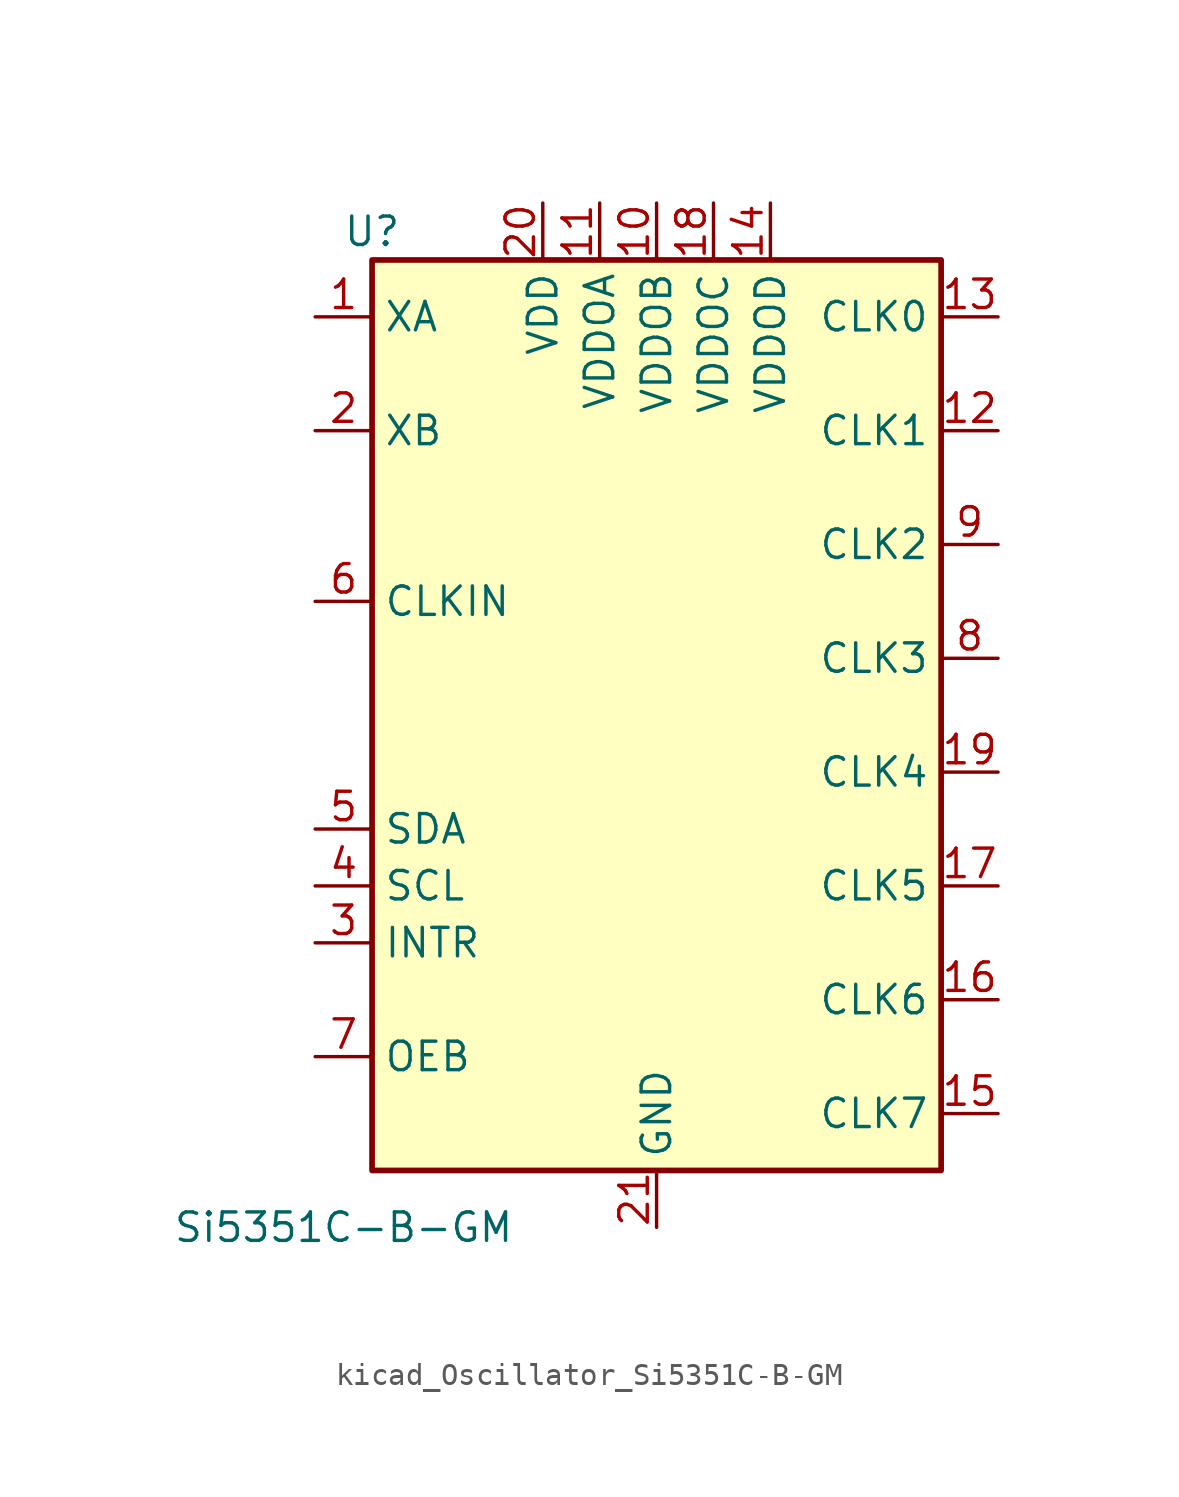
<source format=kicad_sym>
(kicad_symbol_lib
  (version 20220914)
  (generator kicad_symbol_editor)
  (symbol "kicad_Oscillator_Si5351C-B-GM"
    (property "Reference" "U"
      (at -12.7 21.59 0)
      (effects (font (size 1.27 1.27))))
    (property "Value" "Si5351C-B-GM"
      (at -13.97 -22.86 0)
      (effects (font (size 1.27 1.27))))
    (symbol "kicad_Oscillator_Si5351C-B-GM_1_1"
      (rectangle (start -12.7 20.32) (end 12.7 -20.32) (stroke (width 0.254) (type default)) (fill (type background)))
      (pin input line (at -15.24 17.78 0) (length 2.54) (name "XA" (effects (font (size 1.27 1.27)))) (number "1" (effects (font (size 1.27 1.27)))))
      (pin power_in line (at 0 22.86 270) (length 2.54) (name "VDDOB" (effects (font (size 1.27 1.27)))) (number "10" (effects (font (size 1.27 1.27)))))
      (pin power_in line (at -2.54 22.86 270) (length 2.54) (name "VDDOA" (effects (font (size 1.27 1.27)))) (number "11" (effects (font (size 1.27 1.27)))))
      (pin output line (at 15.24 12.7 180) (length 2.54) (name "CLK1" (effects (font (size 1.27 1.27)))) (number "12" (effects (font (size 1.27 1.27)))))
      (pin output line (at 15.24 17.78 180) (length 2.54) (name "CLK0" (effects (font (size 1.27 1.27)))) (number "13" (effects (font (size 1.27 1.27)))))
      (pin power_in line (at 5.08 22.86 270) (length 2.54) (name "VDDOD" (effects (font (size 1.27 1.27)))) (number "14" (effects (font (size 1.27 1.27)))))
      (pin output line (at 15.24 -17.78 180) (length 2.54) (name "CLK7" (effects (font (size 1.27 1.27)))) (number "15" (effects (font (size 1.27 1.27)))))
      (pin output line (at 15.24 -12.7 180) (length 2.54) (name "CLK6" (effects (font (size 1.27 1.27)))) (number "16" (effects (font (size 1.27 1.27)))))
      (pin output line (at 15.24 -7.62 180) (length 2.54) (name "CLK5" (effects (font (size 1.27 1.27)))) (number "17" (effects (font (size 1.27 1.27)))))
      (pin power_in line (at 2.54 22.86 270) (length 2.54) (name "VDDOC" (effects (font (size 1.27 1.27)))) (number "18" (effects (font (size 1.27 1.27)))))
      (pin output line (at 15.24 -2.54 180) (length 2.54) (name "CLK4" (effects (font (size 1.27 1.27)))) (number "19" (effects (font (size 1.27 1.27)))))
      (pin input line (at -15.24 12.7 0) (length 2.54) (name "XB" (effects (font (size 1.27 1.27)))) (number "2" (effects (font (size 1.27 1.27)))))
      (pin power_in line (at -5.08 22.86 270) (length 2.54) (name "VDD" (effects (font (size 1.27 1.27)))) (number "20" (effects (font (size 1.27 1.27)))))
      (pin power_in line (at 0 -22.86 90) (length 2.54) (name "GND" (effects (font (size 1.27 1.27)))) (number "21" (effects (font (size 1.27 1.27)))))
      (pin output line (at -15.24 -10.16 0) (length 2.54) (name "INTR" (effects (font (size 1.27 1.27)))) (number "3" (effects (font (size 1.27 1.27)))))
      (pin input line (at -15.24 -7.62 0) (length 2.54) (name "SCL" (effects (font (size 1.27 1.27)))) (number "4" (effects (font (size 1.27 1.27)))))
      (pin bidirectional line (at -15.24 -5.08 0) (length 2.54) (name "SDA" (effects (font (size 1.27 1.27)))) (number "5" (effects (font (size 1.27 1.27)))))
      (pin input line (at -15.24 5.08 0) (length 2.54) (name "CLKIN" (effects (font (size 1.27 1.27)))) (number "6" (effects (font (size 1.27 1.27)))))
      (pin input line (at -15.24 -15.24 0) (length 2.54) (name "OEB" (effects (font (size 1.27 1.27)))) (number "7" (effects (font (size 1.27 1.27)))))
      (pin output line (at 15.24 2.54 180) (length 2.54) (name "CLK3" (effects (font (size 1.27 1.27)))) (number "8" (effects (font (size 1.27 1.27)))))
      (pin output line (at 15.24 7.62 180) (length 2.54) (name "CLK2" (effects (font (size 1.27 1.27)))) (number "9" (effects (font (size 1.27 1.27))))))))
</source>
